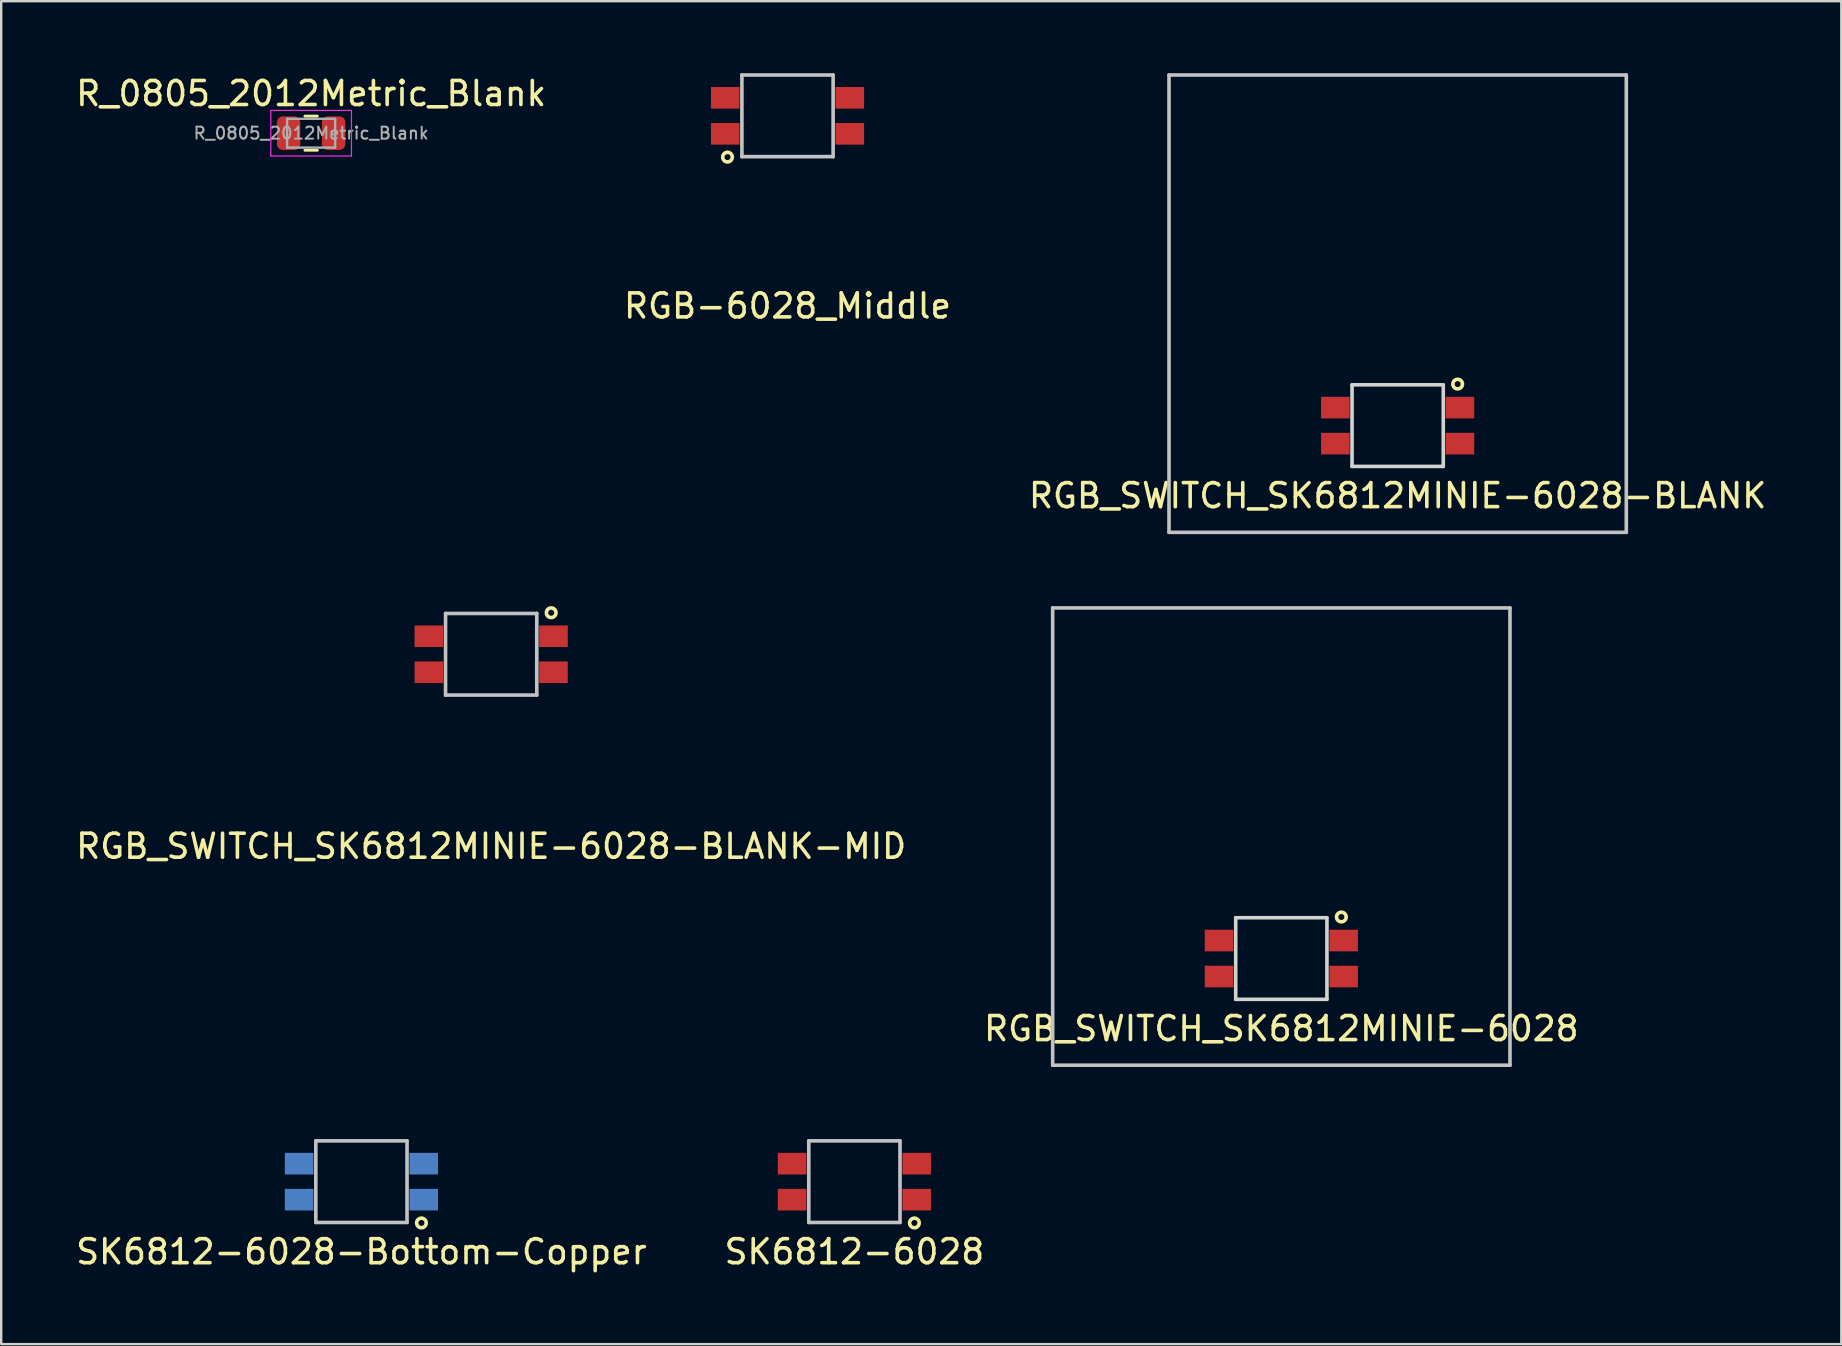
<source format=kicad_pcb>
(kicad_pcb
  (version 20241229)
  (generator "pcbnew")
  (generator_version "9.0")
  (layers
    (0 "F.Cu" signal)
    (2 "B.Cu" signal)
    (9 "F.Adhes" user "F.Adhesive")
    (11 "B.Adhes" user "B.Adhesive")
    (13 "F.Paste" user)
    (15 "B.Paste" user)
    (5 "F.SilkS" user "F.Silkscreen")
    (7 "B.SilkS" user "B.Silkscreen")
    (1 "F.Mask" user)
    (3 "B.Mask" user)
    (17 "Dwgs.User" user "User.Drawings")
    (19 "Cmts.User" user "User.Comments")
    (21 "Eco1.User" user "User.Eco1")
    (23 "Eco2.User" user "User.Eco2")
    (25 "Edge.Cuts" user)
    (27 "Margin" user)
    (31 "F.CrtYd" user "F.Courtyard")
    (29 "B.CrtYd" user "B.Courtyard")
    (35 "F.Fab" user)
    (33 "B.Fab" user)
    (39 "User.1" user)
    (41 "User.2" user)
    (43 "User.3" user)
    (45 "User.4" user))
  (footprint "RGB_SWITCH_SK6812MINIE-6028-BLANK"
    (layer "F.Cu")
    (at 55.173 9.6)
    (property "Reference" "RGB_SWITCH_SK6812MINIE-6028-BLANK" (at 0 8 0) (layer "F.SilkS") (effects (font (size 1 1) (thickness 0.15))))
    (attr smd)
    (fp_circle (center 2.5 3.35) (end 2.5 3.15) (stroke (width 0.15) (type solid)) (fill no) (layer "F.SilkS"))
    (fp_line (start -9.525 -9.525) (end 9.525 -9.525) (stroke (width 0.15) (type solid)) (layer "Dwgs.User"))
    (fp_line (start -9.525 9.525) (end -9.525 -9.525) (stroke (width 0.15) (type solid)) (layer "Dwgs.User"))
    (fp_line (start 9.525 -9.525) (end 9.525 9.525) (stroke (width 0.15) (type solid)) (layer "Dwgs.User"))
    (fp_line (start 9.525 9.525) (end -9.525 9.525) (stroke (width 0.15) (type solid)) (layer "Dwgs.User"))
    (fp_line (start -1.9 3.38) (end -1.9 6.78) (stroke (width 0.15) (type solid)) (layer "Edge.Cuts"))
    (fp_line (start 1.9 3.38) (end -1.9 3.38) (stroke (width 0.15) (type solid)) (layer "Edge.Cuts"))
    (fp_line (start 1.9 3.38) (end 1.9 6.78) (stroke (width 0.15) (type solid)) (layer "Edge.Cuts"))
    (fp_line (start 1.9 6.78) (end -1.9 6.78) (stroke (width 0.15) (type solid)) (layer "Edge.Cuts"))
    (pad "1" smd rect (at -2.595 5.83) (size 1.19 0.9) (layers "F.Cu" "F.Mask" "F.Paste"))
    (pad "2" smd rect (at -2.595 4.33) (size 1.19 0.9) (layers "F.Cu" "F.Mask" "F.Paste"))
    (pad "3" smd rect (at 2.595 4.33) (size 1.19 0.9) (layers "F.Cu" "F.Mask" "F.Paste"))
    (pad "4" smd rect (at 2.595 5.83) (size 1.19 0.9) (layers "F.Cu" "F.Mask" "F.Paste")))
  (footprint "SK6812-6028-Bottom-Copper"
    (layer "F.Cu")
    (at 12.006 46.095)
    (property "Reference" "SK6812-6028-Bottom-Copper" (at 0 3 0) (layer "F.SilkS") (effects (font (size 1 1) (thickness 0.15))))
    (attr smd)
    (fp_circle (center 2.5 1.8) (end 2.5 1.6) (stroke (width 0.15) (type solid)) (fill no) (layer "F.SilkS"))
    (fp_line (start -1.9 -1.62) (end -1.9 1.78) (stroke (width 0.15) (type solid)) (layer "Dwgs.User"))
    (fp_line (start 1.9 -1.62) (end -1.9 -1.62) (stroke (width 0.15) (type solid)) (layer "Dwgs.User"))
    (fp_line (start 1.9 -1.62) (end 1.9 1.78) (stroke (width 0.15) (type solid)) (layer "Dwgs.User"))
    (fp_line (start 1.9 1.78) (end -1.9 1.78) (stroke (width 0.15) (type solid)) (layer "Dwgs.User"))
    (pad "1" smd rect (at -2.595 -0.67) (size 1.19 0.9) (layers "B.Cu" "B.Mask" "B.Paste"))
    (pad "2" smd rect (at -2.595 0.83) (size 1.19 0.9) (layers "B.Cu" "B.Mask" "B.Paste"))
    (pad "3" smd rect (at 2.595 0.83) (size 1.19 0.9) (layers "B.Cu" "B.Mask" "B.Paste"))
    (pad "4" smd rect (at 2.595 -0.67) (size 1.19 0.9) (layers "B.Cu" "B.Mask" "B.Paste")))
  (footprint "RGB_SWITCH_SK6812MINIE-6028"
    (layer "F.Cu")
    (at 50.327 31.8)
    (property "Reference" "RGB_SWITCH_SK6812MINIE-6028" (at 0 8 0) (layer "F.SilkS") (effects (font (size 1 1) (thickness 0.15))))
    (attr smd)
    (fp_circle (center 2.5 3.35) (end 2.5 3.15) (stroke (width 0.15) (type solid)) (fill no) (layer "F.SilkS"))
    (fp_line (start -9.525 -9.525) (end 9.525 -9.525) (stroke (width 0.15) (type solid)) (layer "Dwgs.User"))
    (fp_line (start -9.525 9.525) (end -9.525 -9.525) (stroke (width 0.15) (type solid)) (layer "Dwgs.User"))
    (fp_line (start 9.525 -9.525) (end 9.525 9.525) (stroke (width 0.15) (type solid)) (layer "Dwgs.User"))
    (fp_line (start 9.525 9.525) (end -9.525 9.525) (stroke (width 0.15) (type solid)) (layer "Dwgs.User"))
    (fp_line (start -1.9 3.38) (end -1.9 6.78) (stroke (width 0.15) (type solid)) (layer "Edge.Cuts"))
    (fp_line (start 1.9 3.38) (end -1.9 3.38) (stroke (width 0.15) (type solid)) (layer "Edge.Cuts"))
    (fp_line (start 1.9 3.38) (end 1.9 6.78) (stroke (width 0.15) (type solid)) (layer "Edge.Cuts"))
    (fp_line (start 1.9 6.78) (end -1.9 6.78) (stroke (width 0.15) (type solid)) (layer "Edge.Cuts"))
    (pad "1" smd rect (at -2.595 5.83) (size 1.19 0.9) (layers "F.Cu" "F.Mask" "F.Paste"))
    (pad "2" smd rect (at -2.595 4.33) (size 1.19 0.9) (layers "F.Cu" "F.Mask" "F.Paste"))
    (pad "3" smd rect (at 2.595 4.33) (size 1.19 0.9) (layers "F.Cu" "F.Mask" "F.Paste"))
    (pad "4" smd rect (at 2.595 5.83) (size 1.19 0.9) (layers "F.Cu" "F.Mask" "F.Paste")))
  (footprint "RGB_SWITCH_SK6812MINIE-6028-BLANK-MID"
    (layer "F.Cu")
    (at 17.411 24.205)
    (property "Reference" "RGB_SWITCH_SK6812MINIE-6028-BLANK-MID" (at 0 8 180) (layer "F.SilkS") (effects (font (size 1 1) (thickness 0.15))))
    (attr smd)
    (fp_circle (center 2.5 -1.73) (end 2.5 -1.93) (stroke (width 0.15) (type solid)) (fill no) (layer "F.SilkS"))
    (fp_line (start -1.9 -1.7) (end -1.9 1.7) (stroke (width 0.15) (type solid)) (layer "Dwgs.User"))
    (fp_line (start 1.9 -1.7) (end -1.9 -1.7) (stroke (width 0.15) (type solid)) (layer "Dwgs.User"))
    (fp_line (start 1.9 -1.7) (end 1.9 1.7) (stroke (width 0.15) (type solid)) (layer "Dwgs.User"))
    (fp_line (start 1.9 1.7) (end -1.9 1.7) (stroke (width 0.15) (type solid)) (layer "Dwgs.User"))
    (pad "1" smd rect (at -2.595 0.75) (size 1.19 0.9) (layers "F.Cu" "F.Mask" "F.Paste"))
    (pad "2" smd rect (at -2.595 -0.75) (size 1.19 0.9) (layers "F.Cu" "F.Mask" "F.Paste"))
    (pad "3" smd rect (at 2.595 -0.75) (size 1.19 0.9) (layers "F.Cu" "F.Mask" "F.Paste"))
    (pad "4" smd rect (at 2.595 0.75) (size 1.19 0.9) (layers "F.Cu" "F.Mask" "F.Paste")))
  (footprint "SK6812-6028"
    (layer "F.Cu")
    (at 32.542 46.095)
    (property "Reference" "SK6812-6028" (at 0 3 0) (layer "F.SilkS") (effects (font (size 1 1) (thickness 0.15))))
    (attr smd)
    (fp_circle (center 2.5 1.8) (end 2.5 1.6) (stroke (width 0.15) (type solid)) (fill no) (layer "F.SilkS"))
    (fp_line (start -1.9 -1.62) (end -1.9 1.78) (stroke (width 0.15) (type solid)) (layer "Dwgs.User"))
    (fp_line (start 1.9 -1.62) (end -1.9 -1.62) (stroke (width 0.15) (type solid)) (layer "Dwgs.User"))
    (fp_line (start 1.9 -1.62) (end 1.9 1.78) (stroke (width 0.15) (type solid)) (layer "Dwgs.User"))
    (fp_line (start 1.9 1.78) (end -1.9 1.78) (stroke (width 0.15) (type solid)) (layer "Dwgs.User"))
    (pad "1" smd rect (at -2.595 -0.67) (size 1.19 0.9) (layers "F.Cu" "F.Mask" "F.Paste"))
    (pad "2" smd rect (at -2.595 0.83) (size 1.19 0.9) (layers "F.Cu" "F.Mask" "F.Paste"))
    (pad "3" smd rect (at 2.595 0.83) (size 1.19 0.9) (layers "F.Cu" "F.Mask" "F.Paste"))
    (pad "4" smd rect (at 2.595 -0.67) (size 1.19 0.9) (layers "F.Cu" "F.Mask" "F.Paste")))
  (footprint "RGB-6028_Middle"
    (layer "F.Cu")
    (at 29.756 1.695)
    (property "Reference" "RGB-6028_Middle" (at 0 8 0) (layer "F.SilkS") (effects (font (size 1 1) (thickness 0.15))))
    (attr smd)
    (fp_circle (center -2.5 1.8) (end -2.5 1.6) (stroke (width 0.15) (type solid)) (fill no) (layer "F.SilkS"))
    (fp_line (start -1.9 -1.62) (end -1.9 1.78) (stroke (width 0.15) (type solid)) (layer "Dwgs.User"))
    (fp_line (start 1.9 -1.62) (end -1.9 -1.62) (stroke (width 0.15) (type solid)) (layer "Dwgs.User"))
    (fp_line (start 1.9 -1.62) (end 1.9 1.78) (stroke (width 0.15) (type solid)) (layer "Dwgs.User"))
    (fp_line (start 1.9 1.78) (end -1.9 1.78) (stroke (width 0.15) (type solid)) (layer "Dwgs.User"))
    (pad "1" smd rect (at -2.595 -0.67) (size 1.19 0.9) (layers "F.Cu" "F.Mask" "F.Paste"))
    (pad "2" smd rect (at 2.595 0.83) (size 1.19 0.9) (layers "F.Cu" "F.Mask" "F.Paste"))
    (pad "3" smd rect (at 2.595 -0.67) (size 1.19 0.9) (layers "F.Cu" "F.Mask" "F.Paste"))
    (pad "4" smd rect (at -2.595 0.83) (size 1.19 0.9) (layers "F.Cu" "F.Mask" "F.Paste")))
  (footprint "R_0805_2012Metric_Blank"
    (layer "F.Cu")
    (at 9.911 2.498)
    (property "Reference" "R_0805_2012Metric_Blank" (at 0 -1.65 180) (layer "F.SilkS") (effects (font (size 1 1) (thickness 0.15))))
    (attr smd)
    (fp_line (start -0.259 -0.71) (end 0.259 -0.71) (stroke (width 0.12) (type solid)) (layer "F.SilkS"))
    (fp_line (start -0.259 0.71) (end 0.259 0.71) (stroke (width 0.12) (type solid)) (layer "F.SilkS"))
    (fp_line (start -1.68 -0.95) (end 1.68 -0.95) (stroke (width 0.05) (type solid)) (layer "F.CrtYd"))
    (fp_line (start -1.68 0.95) (end -1.68 -0.95) (stroke (width 0.05) (type solid)) (layer "F.CrtYd"))
    (fp_line (start 1.68 -0.95) (end 1.68 0.95) (stroke (width 0.05) (type solid)) (layer "F.CrtYd"))
    (fp_line (start 1.68 0.95) (end -1.68 0.95) (stroke (width 0.05) (type solid)) (layer "F.CrtYd"))
    (fp_line (start -1 -0.6) (end 1 -0.6) (stroke (width 0.1) (type solid)) (layer "F.Fab"))
    (fp_line (start -1 0.6) (end -1 -0.6) (stroke (width 0.1) (type solid)) (layer "F.Fab"))
    (fp_line (start 1 -0.6) (end 1 0.6) (stroke (width 0.1) (type solid)) (layer "F.Fab"))
    (fp_line (start 1 0.6) (end -1 0.6) (stroke (width 0.1) (type solid)) (layer "F.Fab"))
    (fp_text user "${REFERENCE}" (at 0 0 180) (layer "F.Fab") (effects (font (size 0.5 0.5) (thickness 0.08))))
    (pad "1" smd roundrect (at -0.938 0) (size 0.975 1.4) (layers "F.Cu" "F.Mask" "F.Paste") (roundrect_rratio 0.25))
    (pad "2" smd roundrect (at 0.938 0) (size 0.975 1.4) (layers "F.Cu" "F.Mask" "F.Paste") (roundrect_rratio 0.25)))
  (gr_rect
    (start -3 -3)
    (end 73.655 52.943)
    (stroke (width 0.1) (type default))
    (fill no)
    (layer "Edge.Cuts")))
</source>
